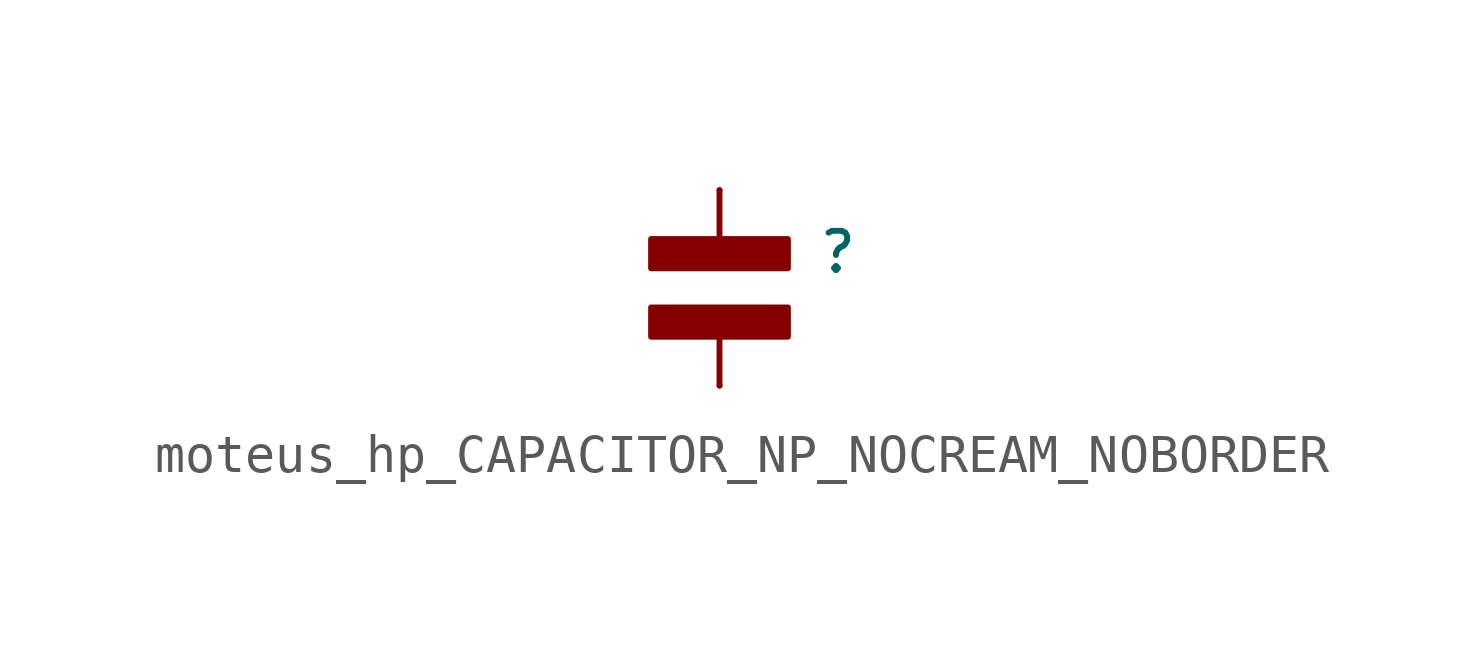
<source format=kicad_sym>
(kicad_symbol_lib
  (version 20241209)
  (generator "kicad_symbol_editor")
  (generator_version "9.0")
  (symbol "moteus_hp_CAPACITOR_NP_NOCREAM_NOBORDER"
    (property "Reference" ""
      (at 2.54 1.524 0)
      (effects (font (size 1.016 1.016)) (justify left top)))
    (property "Value" ""
      (at 2.54 -1.524 0)
      (effects (font (size 1.016 1.016)) (justify left bottom)))
    (property "ki_locked" ""
      (at 0 0 0)
      (effects (font (size 1.27 1.27))))
    (symbol "moteus_hp_CAPACITOR_NP_NOCREAM_NOBORDER_1_0"
      (rectangle (start -1.778 0.508) (end 1.778 1.27) (stroke (width 0) (type default)) (fill (type outline)))
      (rectangle (start -1.778 -1.27) (end 1.778 -0.508) (stroke (width 0) (type default)) (fill (type outline)))
      (polyline (pts (xy 0 2.54) (xy 0 1.016)) (stroke (width 0.152) (type solid)) (fill (type none)))
      (polyline (pts (xy 0 -2.54) (xy 0 -1.016)) (stroke (width 0.152) (type solid)) (fill (type none)))
      (pin passive line (at 0 2.54 270) (length 0) (name "P$1" (effects (font (size 0 0)))) (number "P$1" (effects (font (size 0 0)))))
      (pin passive line (at 0 -2.54 90) (length 0) (name "P$2" (effects (font (size 0 0)))) (number "P$2" (effects (font (size 0 0))))))))
</source>
